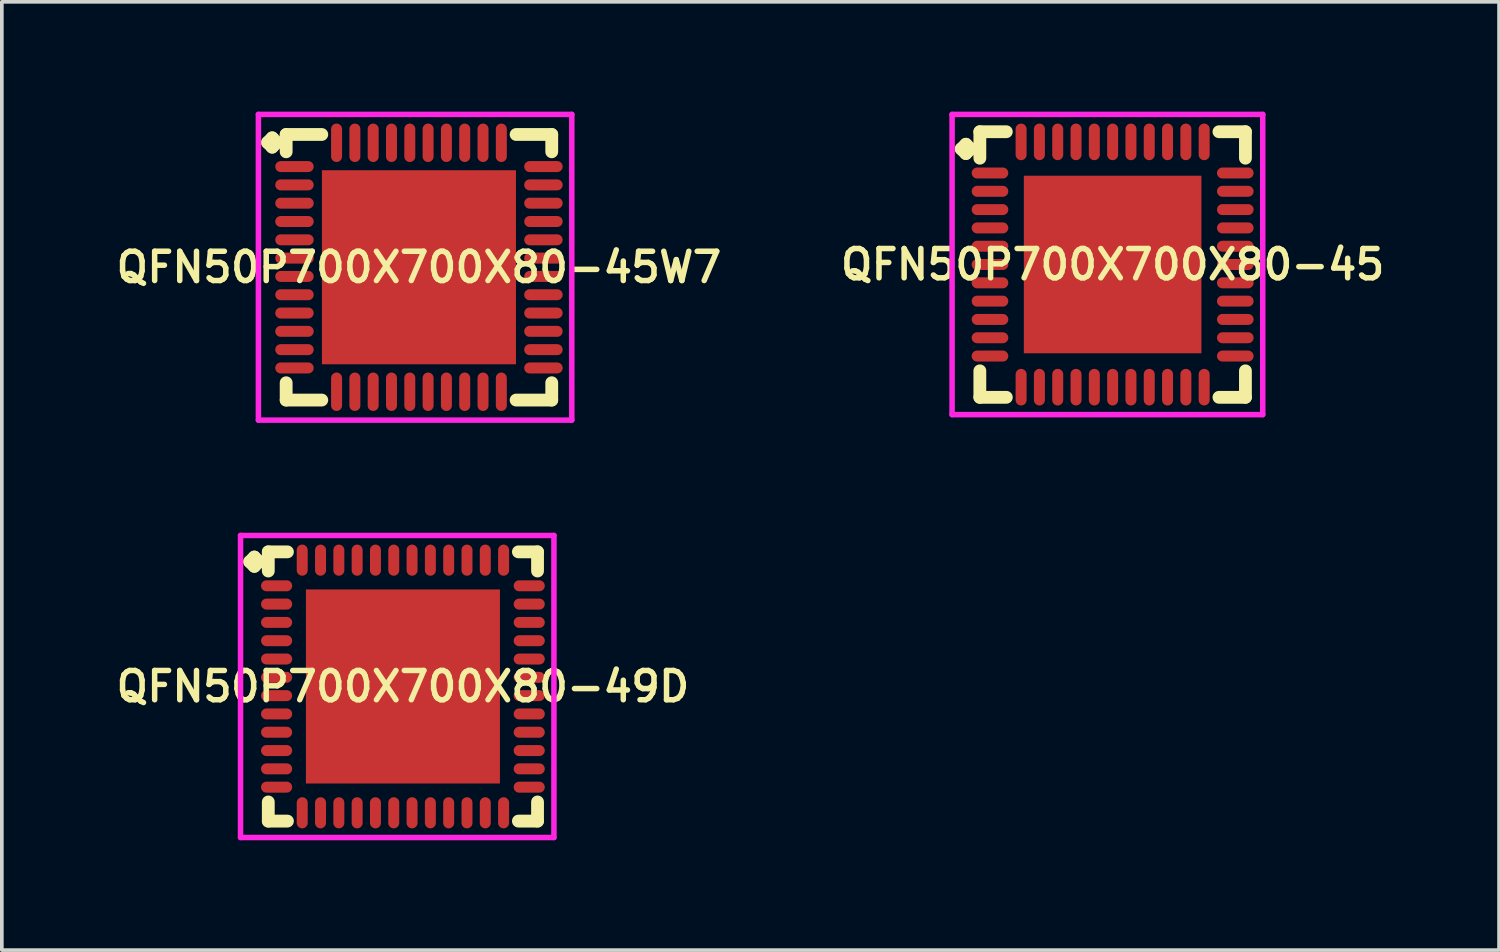
<source format=kicad_pcb>
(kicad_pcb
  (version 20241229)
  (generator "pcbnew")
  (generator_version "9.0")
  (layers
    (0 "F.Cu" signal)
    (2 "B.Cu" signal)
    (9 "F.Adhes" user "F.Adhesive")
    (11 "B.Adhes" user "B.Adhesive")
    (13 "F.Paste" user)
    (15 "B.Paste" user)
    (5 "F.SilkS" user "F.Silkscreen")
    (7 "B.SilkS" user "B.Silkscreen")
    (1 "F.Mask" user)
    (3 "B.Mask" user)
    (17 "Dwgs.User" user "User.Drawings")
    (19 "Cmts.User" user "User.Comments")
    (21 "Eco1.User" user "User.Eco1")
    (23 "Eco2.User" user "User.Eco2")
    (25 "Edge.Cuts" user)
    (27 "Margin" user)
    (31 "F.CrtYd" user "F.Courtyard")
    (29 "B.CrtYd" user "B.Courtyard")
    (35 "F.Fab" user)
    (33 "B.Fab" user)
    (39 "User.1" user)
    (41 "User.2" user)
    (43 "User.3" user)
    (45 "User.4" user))
  (footprint "QFN50P700X700X80-45W7"
    (layer "F.Cu")
    (at 8.393 4.25)
    (property "Reference" "QFN50P700X700X80-45W7" (at 0 0 0) (layer "F.SilkS") (effects (font (size 0.8 0.8) (thickness 0.15))))
    (attr smd)
    (fp_line (start -4.135 -3.408) (end -4.008 -3.535) (stroke (width 0.35) (type solid)) (layer "F.SilkS"))
    (fp_line (start -4.008 -3.535) (end -3.881 -3.408) (stroke (width 0.35) (type solid)) (layer "F.SilkS"))
    (fp_line (start -4.008 -3.281) (end -4.135 -3.408) (stroke (width 0.35) (type solid)) (layer "F.SilkS"))
    (fp_line (start -3.881 -3.408) (end -4.008 -3.281) (stroke (width 0.35) (type solid)) (layer "F.SilkS"))
    (fp_line (start -3.627 -3.627) (end -2.654 -3.627) (stroke (width 0.35) (type solid)) (layer "F.SilkS"))
    (fp_line (start -3.627 -3.154) (end -3.627 -3.627) (stroke (width 0.35) (type solid)) (layer "F.SilkS"))
    (fp_line (start -3.627 3.154) (end -3.627 3.627) (stroke (width 0.35) (type solid)) (layer "F.SilkS"))
    (fp_line (start -3.627 3.627) (end -2.654 3.627) (stroke (width 0.35) (type solid)) (layer "F.SilkS"))
    (fp_line (start 2.654 -3.627) (end 3.627 -3.627) (stroke (width 0.35) (type solid)) (layer "F.SilkS"))
    (fp_line (start 2.654 3.627) (end 3.627 3.627) (stroke (width 0.35) (type solid)) (layer "F.SilkS"))
    (fp_line (start 3.627 -3.627) (end 3.627 -3.154) (stroke (width 0.35) (type solid)) (layer "F.SilkS"))
    (fp_line (start 3.627 3.627) (end 3.627 3.154) (stroke (width 0.35) (type solid)) (layer "F.SilkS"))
    (fp_line (start -4.385 -4.175) (end 4.175 -4.175) (stroke (width 0.15) (type solid)) (layer "F.CrtYd"))
    (fp_line (start -4.385 4.175) (end -4.385 -4.175) (stroke (width 0.15) (type solid)) (layer "F.CrtYd"))
    (fp_line (start 4.175 -4.175) (end 4.175 4.175) (stroke (width 0.15) (type solid)) (layer "F.CrtYd"))
    (fp_line (start 4.175 4.175) (end -4.385 4.175) (stroke (width 0.15) (type solid)) (layer "F.CrtYd"))
    (pad "1" smd oval (at -3.4 -2.75) (size 1.05 0.3) (layers "F.Cu" "F.Mask" "F.Paste"))
    (pad "2" smd oval (at -3.4 -2.25) (size 1.05 0.3) (layers "F.Cu" "F.Mask" "F.Paste"))
    (pad "3" smd oval (at -3.4 -1.75) (size 1.05 0.3) (layers "F.Cu" "F.Mask" "F.Paste"))
    (pad "4" smd oval (at -3.4 -1.25) (size 1.05 0.3) (layers "F.Cu" "F.Mask" "F.Paste"))
    (pad "5" smd oval (at -3.4 -0.75) (size 1.05 0.3) (layers "F.Cu" "F.Mask" "F.Paste"))
    (pad "6" smd oval (at -3.4 -0.25) (size 1.05 0.3) (layers "F.Cu" "F.Mask" "F.Paste"))
    (pad "7" smd oval (at -3.4 0.25) (size 1.05 0.3) (layers "F.Cu" "F.Mask" "F.Paste"))
    (pad "8" smd oval (at -3.4 0.75) (size 1.05 0.3) (layers "F.Cu" "F.Mask" "F.Paste"))
    (pad "9" smd oval (at -3.4 1.25) (size 1.05 0.3) (layers "F.Cu" "F.Mask" "F.Paste"))
    (pad "10" smd oval (at -3.4 1.75) (size 1.05 0.3) (layers "F.Cu" "F.Mask" "F.Paste"))
    (pad "11" smd oval (at -3.4 2.25) (size 1.05 0.3) (layers "F.Cu" "F.Mask" "F.Paste"))
    (pad "12" smd oval (at -3.4 2.75) (size 1.05 0.3) (layers "F.Cu" "F.Mask" "F.Paste"))
    (pad "13" smd oval (at -2.25 3.4) (size 0.3 1.05) (layers "F.Cu" "F.Mask" "F.Paste"))
    (pad "14" smd oval (at -1.75 3.4) (size 0.3 1.05) (layers "F.Cu" "F.Mask" "F.Paste"))
    (pad "15" smd oval (at -1.25 3.4) (size 0.3 1.05) (layers "F.Cu" "F.Mask" "F.Paste"))
    (pad "16" smd oval (at -0.75 3.4) (size 0.3 1.05) (layers "F.Cu" "F.Mask" "F.Paste"))
    (pad "17" smd oval (at -0.25 3.4) (size 0.3 1.05) (layers "F.Cu" "F.Mask" "F.Paste"))
    (pad "18" smd oval (at 0.25 3.4) (size 0.3 1.05) (layers "F.Cu" "F.Mask" "F.Paste"))
    (pad "19" smd oval (at 0.75 3.4) (size 0.3 1.05) (layers "F.Cu" "F.Mask" "F.Paste"))
    (pad "20" smd oval (at 1.25 3.4) (size 0.3 1.05) (layers "F.Cu" "F.Mask" "F.Paste"))
    (pad "21" smd oval (at 1.75 3.4) (size 0.3 1.05) (layers "F.Cu" "F.Mask" "F.Paste"))
    (pad "22" smd oval (at 2.25 3.4) (size 0.3 1.05) (layers "F.Cu" "F.Mask" "F.Paste"))
    (pad "23" smd oval (at 3.4 2.75) (size 1.05 0.3) (layers "F.Cu" "F.Mask" "F.Paste"))
    (pad "24" smd oval (at 3.4 2.25) (size 1.05 0.3) (layers "F.Cu" "F.Mask" "F.Paste"))
    (pad "25" smd oval (at 3.4 1.75) (size 1.05 0.3) (layers "F.Cu" "F.Mask" "F.Paste"))
    (pad "26" smd oval (at 3.4 1.25) (size 1.05 0.3) (layers "F.Cu" "F.Mask" "F.Paste"))
    (pad "27" smd oval (at 3.4 0.75) (size 1.05 0.3) (layers "F.Cu" "F.Mask" "F.Paste"))
    (pad "28" smd oval (at 3.4 0.25) (size 1.05 0.3) (layers "F.Cu" "F.Mask" "F.Paste"))
    (pad "29" smd oval (at 3.4 -0.25) (size 1.05 0.3) (layers "F.Cu" "F.Mask" "F.Paste"))
    (pad "30" smd oval (at 3.4 -0.75) (size 1.05 0.3) (layers "F.Cu" "F.Mask" "F.Paste"))
    (pad "31" smd oval (at 3.4 -1.25) (size 1.05 0.3) (layers "F.Cu" "F.Mask" "F.Paste"))
    (pad "32" smd oval (at 3.4 -1.75) (size 1.05 0.3) (layers "F.Cu" "F.Mask" "F.Paste"))
    (pad "33" smd oval (at 3.4 -2.25) (size 1.05 0.3) (layers "F.Cu" "F.Mask" "F.Paste"))
    (pad "34" smd oval (at 3.4 -2.75) (size 1.05 0.3) (layers "F.Cu" "F.Mask" "F.Paste"))
    (pad "35" smd oval (at 2.25 -3.4) (size 0.3 1.05) (layers "F.Cu" "F.Mask" "F.Paste"))
    (pad "36" smd oval (at 1.75 -3.4) (size 0.3 1.05) (layers "F.Cu" "F.Mask" "F.Paste"))
    (pad "37" smd oval (at 1.25 -3.4) (size 0.3 1.05) (layers "F.Cu" "F.Mask" "F.Paste"))
    (pad "38" smd oval (at 0.75 -3.4) (size 0.3 1.05) (layers "F.Cu" "F.Mask" "F.Paste"))
    (pad "39" smd oval (at 0.25 -3.4) (size 0.3 1.05) (layers "F.Cu" "F.Mask" "F.Paste"))
    (pad "40" smd oval (at -0.25 -3.4) (size 0.3 1.05) (layers "F.Cu" "F.Mask" "F.Paste"))
    (pad "41" smd oval (at -0.75 -3.4) (size 0.3 1.05) (layers "F.Cu" "F.Mask" "F.Paste"))
    (pad "42" smd oval (at -1.25 -3.4) (size 0.3 1.05) (layers "F.Cu" "F.Mask" "F.Paste"))
    (pad "43" smd oval (at -1.75 -3.4) (size 0.3 1.05) (layers "F.Cu" "F.Mask" "F.Paste"))
    (pad "44" smd oval (at -2.25 -3.4) (size 0.3 1.05) (layers "F.Cu" "F.Mask" "F.Paste"))
    (pad "45" smd rect (at 0 0) (size 5.3 5.3) (layers "F.Cu" "F.Mask" "F.Paste")))
  (footprint "QFN50P700X700X80-45"
    (layer "F.Cu")
    (at 27.34 4.175)
    (property "Reference" "QFN50P700X700X80-45" (at 0 0 0) (layer "F.SilkS") (effects (font (size 0.8 0.8) (thickness 0.15))))
    (attr smd)
    (fp_line (start -4.135 -3.158) (end -4.008 -3.285) (stroke (width 0.35) (type solid)) (layer "F.SilkS"))
    (fp_line (start -4.008 -3.285) (end -3.881 -3.158) (stroke (width 0.35) (type solid)) (layer "F.SilkS"))
    (fp_line (start -4.008 -3.031) (end -4.135 -3.158) (stroke (width 0.35) (type solid)) (layer "F.SilkS"))
    (fp_line (start -3.881 -3.158) (end -4.008 -3.031) (stroke (width 0.35) (type solid)) (layer "F.SilkS"))
    (fp_line (start -3.627 -3.627) (end -2.904 -3.627) (stroke (width 0.35) (type solid)) (layer "F.SilkS"))
    (fp_line (start -3.627 -2.904) (end -3.627 -3.627) (stroke (width 0.35) (type solid)) (layer "F.SilkS"))
    (fp_line (start -3.627 2.904) (end -3.627 3.627) (stroke (width 0.35) (type solid)) (layer "F.SilkS"))
    (fp_line (start -3.627 3.627) (end -2.904 3.627) (stroke (width 0.35) (type solid)) (layer "F.SilkS"))
    (fp_line (start 2.904 -3.627) (end 3.627 -3.627) (stroke (width 0.35) (type solid)) (layer "F.SilkS"))
    (fp_line (start 2.904 3.627) (end 3.627 3.627) (stroke (width 0.35) (type solid)) (layer "F.SilkS"))
    (fp_line (start 3.627 -3.627) (end 3.627 -2.904) (stroke (width 0.35) (type solid)) (layer "F.SilkS"))
    (fp_line (start 3.627 3.627) (end 3.627 2.904) (stroke (width 0.35) (type solid)) (layer "F.SilkS"))
    (fp_line (start -4.385 -4.1) (end 4.1 -4.1) (stroke (width 0.15) (type solid)) (layer "F.CrtYd"))
    (fp_line (start -4.385 4.1) (end -4.385 -4.1) (stroke (width 0.15) (type solid)) (layer "F.CrtYd"))
    (fp_line (start 4.1 -4.1) (end 4.1 4.1) (stroke (width 0.15) (type solid)) (layer "F.CrtYd"))
    (fp_line (start 4.1 4.1) (end -4.385 4.1) (stroke (width 0.15) (type solid)) (layer "F.CrtYd"))
    (pad "1" smd oval (at -3.35 -2.5) (size 1 0.3) (layers "F.Cu" "F.Mask" "F.Paste"))
    (pad "2" smd oval (at -3.35 -2) (size 1 0.3) (layers "F.Cu" "F.Mask" "F.Paste"))
    (pad "3" smd oval (at -3.35 -1.5) (size 1 0.3) (layers "F.Cu" "F.Mask" "F.Paste"))
    (pad "4" smd oval (at -3.35 -1) (size 1 0.3) (layers "F.Cu" "F.Mask" "F.Paste"))
    (pad "5" smd oval (at -3.35 -0.5) (size 1 0.3) (layers "F.Cu" "F.Mask" "F.Paste"))
    (pad "6" smd oval (at -3.35 0) (size 1 0.3) (layers "F.Cu" "F.Mask" "F.Paste"))
    (pad "7" smd oval (at -3.35 0.5) (size 1 0.3) (layers "F.Cu" "F.Mask" "F.Paste"))
    (pad "8" smd oval (at -3.35 1) (size 1 0.3) (layers "F.Cu" "F.Mask" "F.Paste"))
    (pad "9" smd oval (at -3.35 1.5) (size 1 0.3) (layers "F.Cu" "F.Mask" "F.Paste"))
    (pad "10" smd oval (at -3.35 2) (size 1 0.3) (layers "F.Cu" "F.Mask" "F.Paste"))
    (pad "11" smd oval (at -3.35 2.5) (size 1 0.3) (layers "F.Cu" "F.Mask" "F.Paste"))
    (pad "12" smd oval (at -2.5 3.35) (size 0.3 1) (layers "F.Cu" "F.Mask" "F.Paste"))
    (pad "13" smd oval (at -2 3.35) (size 0.3 1) (layers "F.Cu" "F.Mask" "F.Paste"))
    (pad "14" smd oval (at -1.5 3.35) (size 0.3 1) (layers "F.Cu" "F.Mask" "F.Paste"))
    (pad "15" smd oval (at -1 3.35) (size 0.3 1) (layers "F.Cu" "F.Mask" "F.Paste"))
    (pad "16" smd oval (at -0.5 3.35) (size 0.3 1) (layers "F.Cu" "F.Mask" "F.Paste"))
    (pad "17" smd oval (at 0 3.35) (size 0.3 1) (layers "F.Cu" "F.Mask" "F.Paste"))
    (pad "18" smd oval (at 0.5 3.35) (size 0.3 1) (layers "F.Cu" "F.Mask" "F.Paste"))
    (pad "19" smd oval (at 1 3.35) (size 0.3 1) (layers "F.Cu" "F.Mask" "F.Paste"))
    (pad "20" smd oval (at 1.5 3.35) (size 0.3 1) (layers "F.Cu" "F.Mask" "F.Paste"))
    (pad "21" smd oval (at 2 3.35) (size 0.3 1) (layers "F.Cu" "F.Mask" "F.Paste"))
    (pad "22" smd oval (at 2.5 3.35) (size 0.3 1) (layers "F.Cu" "F.Mask" "F.Paste"))
    (pad "23" smd oval (at 3.35 2.5) (size 1 0.3) (layers "F.Cu" "F.Mask" "F.Paste"))
    (pad "24" smd oval (at 3.35 2) (size 1 0.3) (layers "F.Cu" "F.Mask" "F.Paste"))
    (pad "25" smd oval (at 3.35 1.5) (size 1 0.3) (layers "F.Cu" "F.Mask" "F.Paste"))
    (pad "26" smd oval (at 3.35 1) (size 1 0.3) (layers "F.Cu" "F.Mask" "F.Paste"))
    (pad "27" smd oval (at 3.35 0.5) (size 1 0.3) (layers "F.Cu" "F.Mask" "F.Paste"))
    (pad "28" smd oval (at 3.35 0) (size 1 0.3) (layers "F.Cu" "F.Mask" "F.Paste"))
    (pad "29" smd oval (at 3.35 -0.5) (size 1 0.3) (layers "F.Cu" "F.Mask" "F.Paste"))
    (pad "30" smd oval (at 3.35 -1) (size 1 0.3) (layers "F.Cu" "F.Mask" "F.Paste"))
    (pad "31" smd oval (at 3.35 -1.5) (size 1 0.3) (layers "F.Cu" "F.Mask" "F.Paste"))
    (pad "32" smd oval (at 3.35 -2) (size 1 0.3) (layers "F.Cu" "F.Mask" "F.Paste"))
    (pad "33" smd oval (at 3.35 -2.5) (size 1 0.3) (layers "F.Cu" "F.Mask" "F.Paste"))
    (pad "34" smd oval (at 2.5 -3.35) (size 0.3 1) (layers "F.Cu" "F.Mask" "F.Paste"))
    (pad "35" smd oval (at 2 -3.35) (size 0.3 1) (layers "F.Cu" "F.Mask" "F.Paste"))
    (pad "36" smd oval (at 1.5 -3.35) (size 0.3 1) (layers "F.Cu" "F.Mask" "F.Paste"))
    (pad "37" smd oval (at 1 -3.35) (size 0.3 1) (layers "F.Cu" "F.Mask" "F.Paste"))
    (pad "38" smd oval (at 0.5 -3.35) (size 0.3 1) (layers "F.Cu" "F.Mask" "F.Paste"))
    (pad "39" smd oval (at 0 -3.35) (size 0.3 1) (layers "F.Cu" "F.Mask" "F.Paste"))
    (pad "40" smd oval (at -0.5 -3.35) (size 0.3 1) (layers "F.Cu" "F.Mask" "F.Paste"))
    (pad "41" smd oval (at -1 -3.35) (size 0.3 1) (layers "F.Cu" "F.Mask" "F.Paste"))
    (pad "42" smd oval (at -1.5 -3.35) (size 0.3 1) (layers "F.Cu" "F.Mask" "F.Paste"))
    (pad "43" smd oval (at -2 -3.35) (size 0.3 1) (layers "F.Cu" "F.Mask" "F.Paste"))
    (pad "44" smd oval (at -2.5 -3.35) (size 0.3 1) (layers "F.Cu" "F.Mask" "F.Paste"))
    (pad "45" smd rect (at 0 0) (size 4.85 4.85) (layers "F.Cu" "F.Mask" "F.Paste")))
  (footprint "QFN50P700X700X80-49D"
    (layer "F.Cu")
    (at 7.955 15.7)
    (property "Reference" "QFN50P700X700X80-49D" (at 0 0 0) (layer "F.SilkS") (effects (font (size 0.8 0.8) (thickness 0.15))))
    (attr smd)
    (fp_line (start -4.185 -3.408) (end -4.058 -3.535) (stroke (width 0.35) (type solid)) (layer "F.SilkS"))
    (fp_line (start -4.058 -3.535) (end -3.931 -3.408) (stroke (width 0.35) (type solid)) (layer "F.SilkS"))
    (fp_line (start -4.058 -3.281) (end -4.185 -3.408) (stroke (width 0.35) (type solid)) (layer "F.SilkS"))
    (fp_line (start -3.931 -3.408) (end -4.058 -3.281) (stroke (width 0.35) (type solid)) (layer "F.SilkS"))
    (fp_line (start -3.677 -3.677) (end -3.154 -3.677) (stroke (width 0.35) (type solid)) (layer "F.SilkS"))
    (fp_line (start -3.677 -3.154) (end -3.677 -3.677) (stroke (width 0.35) (type solid)) (layer "F.SilkS"))
    (fp_line (start -3.677 3.154) (end -3.677 3.677) (stroke (width 0.35) (type solid)) (layer "F.SilkS"))
    (fp_line (start -3.677 3.677) (end -3.154 3.677) (stroke (width 0.35) (type solid)) (layer "F.SilkS"))
    (fp_line (start 3.154 -3.677) (end 3.677 -3.677) (stroke (width 0.35) (type solid)) (layer "F.SilkS"))
    (fp_line (start 3.154 3.677) (end 3.677 3.677) (stroke (width 0.35) (type solid)) (layer "F.SilkS"))
    (fp_line (start 3.677 -3.677) (end 3.677 -3.154) (stroke (width 0.35) (type solid)) (layer "F.SilkS"))
    (fp_line (start 3.677 3.677) (end 3.677 3.154) (stroke (width 0.35) (type solid)) (layer "F.SilkS"))
    (fp_line (start -4.435 -4.125) (end 4.125 -4.125) (stroke (width 0.15) (type solid)) (layer "F.CrtYd"))
    (fp_line (start -4.435 4.125) (end -4.435 -4.125) (stroke (width 0.15) (type solid)) (layer "F.CrtYd"))
    (fp_line (start 4.125 -4.125) (end 4.125 4.125) (stroke (width 0.15) (type solid)) (layer "F.CrtYd"))
    (fp_line (start 4.125 4.125) (end -4.435 4.125) (stroke (width 0.15) (type solid)) (layer "F.CrtYd"))
    (pad "1" smd oval (at -3.45 -2.75) (size 0.85 0.3) (layers "F.Cu" "F.Mask" "F.Paste"))
    (pad "2" smd oval (at -3.45 -2.25) (size 0.85 0.3) (layers "F.Cu" "F.Mask" "F.Paste"))
    (pad "3" smd oval (at -3.45 -1.75) (size 0.85 0.3) (layers "F.Cu" "F.Mask" "F.Paste"))
    (pad "4" smd oval (at -3.45 -1.25) (size 0.85 0.3) (layers "F.Cu" "F.Mask" "F.Paste"))
    (pad "5" smd oval (at -3.45 -0.75) (size 0.85 0.3) (layers "F.Cu" "F.Mask" "F.Paste"))
    (pad "6" smd oval (at -3.45 -0.25) (size 0.85 0.3) (layers "F.Cu" "F.Mask" "F.Paste"))
    (pad "7" smd oval (at -3.45 0.25) (size 0.85 0.3) (layers "F.Cu" "F.Mask" "F.Paste"))
    (pad "8" smd oval (at -3.45 0.75) (size 0.85 0.3) (layers "F.Cu" "F.Mask" "F.Paste"))
    (pad "9" smd oval (at -3.45 1.25) (size 0.85 0.3) (layers "F.Cu" "F.Mask" "F.Paste"))
    (pad "10" smd oval (at -3.45 1.75) (size 0.85 0.3) (layers "F.Cu" "F.Mask" "F.Paste"))
    (pad "11" smd oval (at -3.45 2.25) (size 0.85 0.3) (layers "F.Cu" "F.Mask" "F.Paste"))
    (pad "12" smd oval (at -3.45 2.75) (size 0.85 0.3) (layers "F.Cu" "F.Mask" "F.Paste"))
    (pad "13" smd oval (at -2.75 3.45) (size 0.3 0.85) (layers "F.Cu" "F.Mask" "F.Paste"))
    (pad "14" smd oval (at -2.25 3.45) (size 0.3 0.85) (layers "F.Cu" "F.Mask" "F.Paste"))
    (pad "15" smd oval (at -1.75 3.45) (size 0.3 0.85) (layers "F.Cu" "F.Mask" "F.Paste"))
    (pad "16" smd oval (at -1.25 3.45) (size 0.3 0.85) (layers "F.Cu" "F.Mask" "F.Paste"))
    (pad "17" smd oval (at -0.75 3.45) (size 0.3 0.85) (layers "F.Cu" "F.Mask" "F.Paste"))
    (pad "18" smd oval (at -0.25 3.45) (size 0.3 0.85) (layers "F.Cu" "F.Mask" "F.Paste"))
    (pad "19" smd oval (at 0.25 3.45) (size 0.3 0.85) (layers "F.Cu" "F.Mask" "F.Paste"))
    (pad "20" smd oval (at 0.75 3.45) (size 0.3 0.85) (layers "F.Cu" "F.Mask" "F.Paste"))
    (pad "21" smd oval (at 1.25 3.45) (size 0.3 0.85) (layers "F.Cu" "F.Mask" "F.Paste"))
    (pad "22" smd oval (at 1.75 3.45) (size 0.3 0.85) (layers "F.Cu" "F.Mask" "F.Paste"))
    (pad "23" smd oval (at 2.25 3.45) (size 0.3 0.85) (layers "F.Cu" "F.Mask" "F.Paste"))
    (pad "24" smd oval (at 2.75 3.45) (size 0.3 0.85) (layers "F.Cu" "F.Mask" "F.Paste"))
    (pad "25" smd oval (at 3.45 2.75) (size 0.85 0.3) (layers "F.Cu" "F.Mask" "F.Paste"))
    (pad "26" smd oval (at 3.45 2.25) (size 0.85 0.3) (layers "F.Cu" "F.Mask" "F.Paste"))
    (pad "27" smd oval (at 3.45 1.75) (size 0.85 0.3) (layers "F.Cu" "F.Mask" "F.Paste"))
    (pad "28" smd oval (at 3.45 1.25) (size 0.85 0.3) (layers "F.Cu" "F.Mask" "F.Paste"))
    (pad "29" smd oval (at 3.45 0.75) (size 0.85 0.3) (layers "F.Cu" "F.Mask" "F.Paste"))
    (pad "30" smd oval (at 3.45 0.25) (size 0.85 0.3) (layers "F.Cu" "F.Mask" "F.Paste"))
    (pad "31" smd oval (at 3.45 -0.25) (size 0.85 0.3) (layers "F.Cu" "F.Mask" "F.Paste"))
    (pad "32" smd oval (at 3.45 -0.75) (size 0.85 0.3) (layers "F.Cu" "F.Mask" "F.Paste"))
    (pad "33" smd oval (at 3.45 -1.25) (size 0.85 0.3) (layers "F.Cu" "F.Mask" "F.Paste"))
    (pad "34" smd oval (at 3.45 -1.75) (size 0.85 0.3) (layers "F.Cu" "F.Mask" "F.Paste"))
    (pad "35" smd oval (at 3.45 -2.25) (size 0.85 0.3) (layers "F.Cu" "F.Mask" "F.Paste"))
    (pad "36" smd oval (at 3.45 -2.75) (size 0.85 0.3) (layers "F.Cu" "F.Mask" "F.Paste"))
    (pad "37" smd oval (at 2.75 -3.45) (size 0.3 0.85) (layers "F.Cu" "F.Mask" "F.Paste"))
    (pad "38" smd oval (at 2.25 -3.45) (size 0.3 0.85) (layers "F.Cu" "F.Mask" "F.Paste"))
    (pad "39" smd oval (at 1.75 -3.45) (size 0.3 0.85) (layers "F.Cu" "F.Mask" "F.Paste"))
    (pad "40" smd oval (at 1.25 -3.45) (size 0.3 0.85) (layers "F.Cu" "F.Mask" "F.Paste"))
    (pad "41" smd oval (at 0.75 -3.45) (size 0.3 0.85) (layers "F.Cu" "F.Mask" "F.Paste"))
    (pad "42" smd oval (at 0.25 -3.45) (size 0.3 0.85) (layers "F.Cu" "F.Mask" "F.Paste"))
    (pad "43" smd oval (at -0.25 -3.45) (size 0.3 0.85) (layers "F.Cu" "F.Mask" "F.Paste"))
    (pad "44" smd oval (at -0.75 -3.45) (size 0.3 0.85) (layers "F.Cu" "F.Mask" "F.Paste"))
    (pad "45" smd oval (at -1.25 -3.45) (size 0.3 0.85) (layers "F.Cu" "F.Mask" "F.Paste"))
    (pad "46" smd oval (at -1.75 -3.45) (size 0.3 0.85) (layers "F.Cu" "F.Mask" "F.Paste"))
    (pad "47" smd oval (at -2.25 -3.45) (size 0.3 0.85) (layers "F.Cu" "F.Mask" "F.Paste"))
    (pad "48" smd oval (at -2.75 -3.45) (size 0.3 0.85) (layers "F.Cu" "F.Mask" "F.Paste"))
    (pad "49" smd rect (at 0 0) (size 5.3 5.3) (layers "F.Cu" "F.Mask" "F.Paste")))
  (gr_rect
    (start -3 -3)
    (end 37.894 22.9)
    (stroke (width 0.1) (type default))
    (fill no)
    (layer "Edge.Cuts")))
</source>
